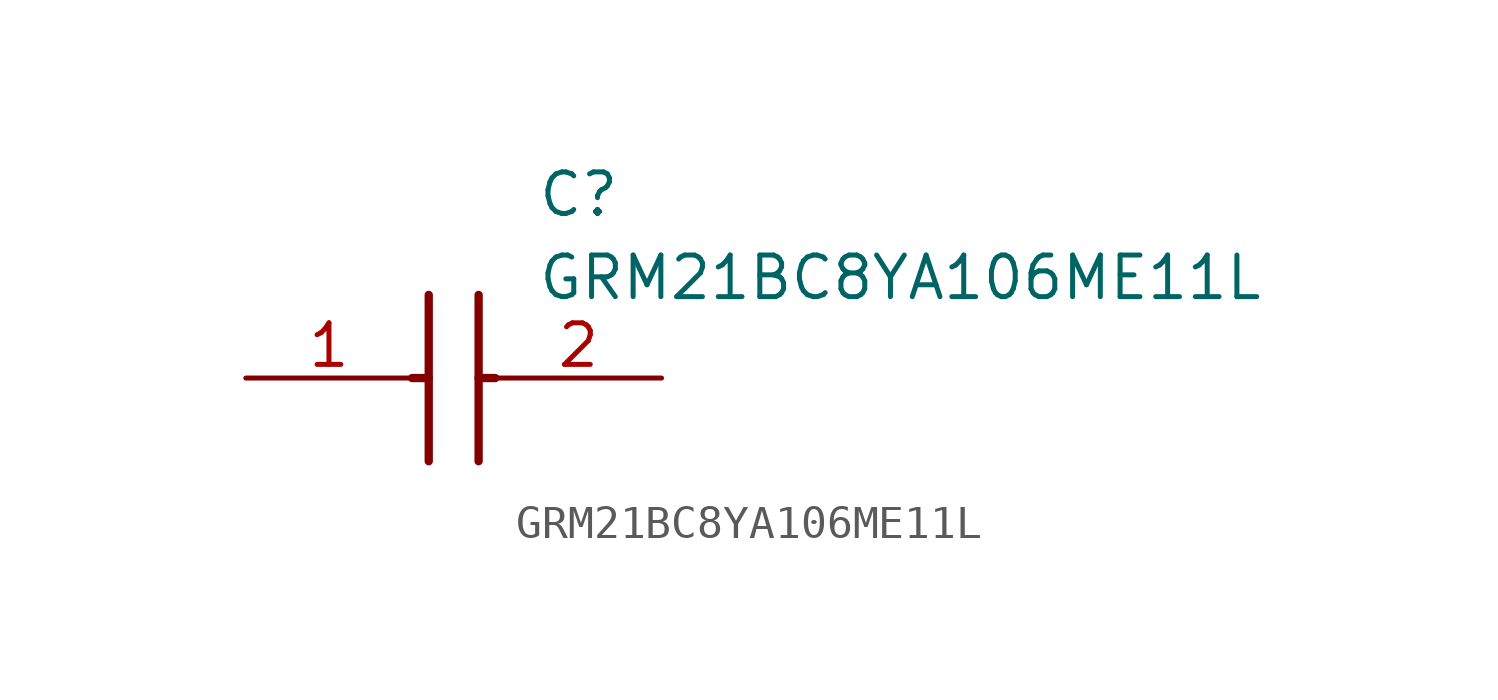
<source format=kicad_sym>
(kicad_symbol_lib
  (version 20211014)
  (generator SamacSys_ECAD_Model)
  (symbol "GRM21BC8YA106ME11L"
    (pin_names hide)
    (property "Reference" "C"
      (at 8.89 6.35 0)
      (effects (font (size 1.27 1.27)) (justify left top)))
    (property "Value" "GRM21BC8YA106ME11L"
      (at 8.89 3.81 0)
      (effects (font (size 1.27 1.27)) (justify left top)))
    (polyline
      (pts (xy 5.588 2.54) (xy 5.588 -2.54))
      (stroke (width 0.254) (type default))
      (fill (type none)))
    (polyline
      (pts (xy 7.112 2.54) (xy 7.112 -2.54))
      (stroke (width 0.254) (type default))
      (fill (type none)))
    (polyline
      (pts (xy 5.08 0) (xy 5.588 0))
      (stroke (width 0.254) (type default))
      (fill (type none)))
    (polyline
      (pts (xy 7.112 0) (xy 7.62 0))
      (stroke (width 0.254) (type default))
      (fill (type none)))
    (pin passive line
      (at 0 0 0)
      (length 5.08)
      (name "1" (effects (font (size 1.27 1.27))))
      (number "1" (effects (font (size 1.27 1.27)))))
    (pin passive line
      (at 12.7 0 180)
      (length 5.08)
      (name "2" (effects (font (size 1.27 1.27))))
      (number "2" (effects (font (size 1.27 1.27)))))))
</source>
